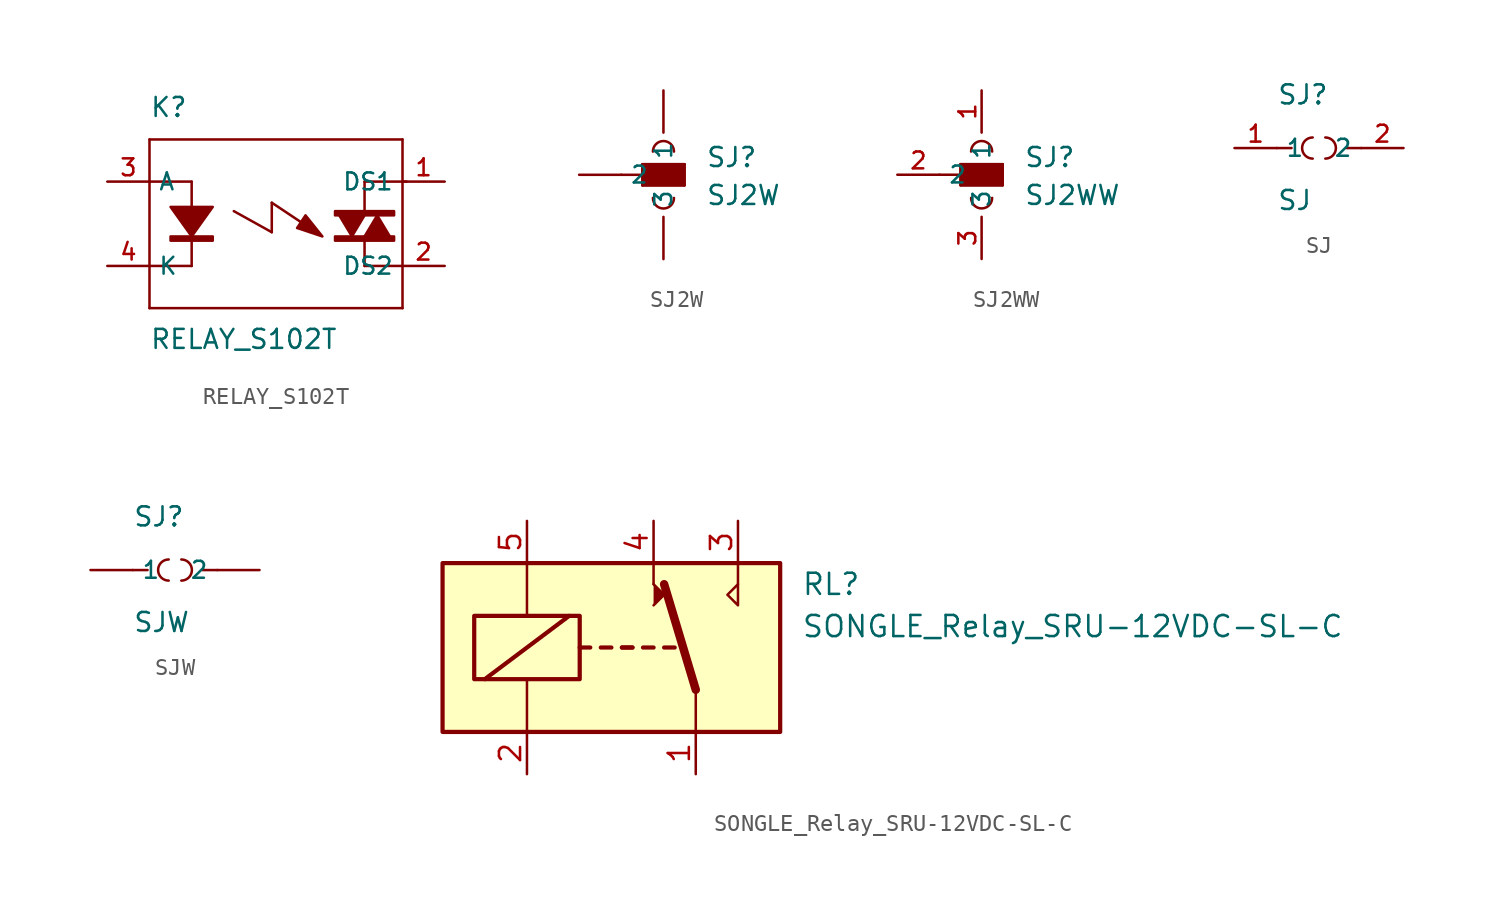
<source format=kicad_sym>
(kicad_symbol_lib
  (version 20201005)
  (generator kicad_symbol_editor)
  (symbol "Zimprich_neu:RELAY_S102T"
    (property "Reference" "K"
      (at -7.62 6.35 0)
      (effects (font (size 1.143 1.143)) (justify left bottom)))
    (property "Value" "RELAY_S102T"
      (at -7.62 -7.62 0)
      (effects (font (size 1.143 1.143)) (justify left bottom)))
    (symbol "RELAY_S102T_1_1"
      (rectangle (start -6.35 -1.016) (end -3.81 -0.762) (stroke (width 0)) (fill (type outline)))
      (rectangle (start 3.556 -1.016) (end 7.112 -0.762) (stroke (width 0)) (fill (type outline)))
      (rectangle (start 3.556 0.508) (end 7.112 0.762) (stroke (width 0)) (fill (type outline)))
      (polyline (pts (xy -6.35 1.016) (xy -3.81 1.016) (xy -3.81 1.016) (xy -5.08 -0.762) (xy -5.08 -0.762) (xy -6.35 1.016)) (stroke (width 0)) (fill (type outline)))
      (polyline (pts (xy 1.778 0.508) (xy 1.27 -0.254) (xy 1.27 -0.254) (xy 2.794 -0.762) (xy 2.794 -0.762) (xy 1.778 0.508)) (stroke (width 0)) (fill (type outline)))
      (polyline (pts (xy 4.572 -0.762) (xy 5.334 0.508) (xy 5.334 0.508) (xy 3.81 0.508) (xy 3.81 0.508) (xy 4.572 -0.762)) (stroke (width 0)) (fill (type outline)))
      (polyline (pts (xy 6.096 0.508) (xy 5.334 -0.762) (xy 5.334 -0.762) (xy 6.858 -0.762) (xy 6.858 -0.762) (xy 6.096 0.508)) (stroke (width 0)) (fill (type outline)))
      (pin passive line (at 10.16 2.54 180) (length 2.54) (name "DS1" (effects (font (size 1.016 1.016)))) (number "1" (effects (font (size 1.016 1.016)))))
      (pin passive line (at 10.16 -2.54 180) (length 2.54) (name "DS2" (effects (font (size 1.016 1.016)))) (number "2" (effects (font (size 1.016 1.016)))))
      (pin passive line (at -10.16 2.54 0) (length 2.54) (name "A" (effects (font (size 1.016 1.016)))) (number "3" (effects (font (size 1.016 1.016)))))
      (pin passive line (at -10.16 -2.54 0) (length 2.54) (name "K" (effects (font (size 1.016 1.016)))) (number "4" (effects (font (size 1.016 1.016))))))
    (symbol "RELAY_S102T_1_0"
      (polyline (pts (xy -7.62 -5.08) (xy 7.62 -5.08)) (stroke (width 0)) (fill (type none)))
      (polyline (pts (xy -7.62 -2.54) (xy -7.62 -5.08)) (stroke (width 0)) (fill (type none)))
      (polyline (pts (xy -7.62 2.54) (xy -7.62 -2.54)) (stroke (width 0)) (fill (type none)))
      (polyline (pts (xy -7.62 5.08) (xy -7.62 2.54)) (stroke (width 0)) (fill (type none)))
      (polyline (pts (xy -5.08 -2.54) (xy -7.62 -2.54)) (stroke (width 0)) (fill (type none)))
      (polyline (pts (xy -5.08 2.54) (xy -7.62 2.54)) (stroke (width 0)) (fill (type none)))
      (polyline (pts (xy -5.08 2.54) (xy -5.08 -2.54)) (stroke (width 0)) (fill (type none)))
      (polyline (pts (xy -2.54 0.762) (xy -0.254 -0.508)) (stroke (width 0)) (fill (type none)))
      (polyline (pts (xy -0.254 -0.508) (xy -0.254 1.27)) (stroke (width 0)) (fill (type none)))
      (polyline (pts (xy -0.254 1.27) (xy 1.651 0)) (stroke (width 0)) (fill (type none)))
      (polyline (pts (xy 5.334 -2.54) (xy 7.62 -2.54)) (stroke (width 0)) (fill (type none)))
      (polyline (pts (xy 5.334 -1.016) (xy 5.334 -2.54)) (stroke (width 0)) (fill (type none)))
      (polyline (pts (xy 5.334 2.54) (xy 5.334 0.762)) (stroke (width 0)) (fill (type none)))
      (polyline (pts (xy 5.334 2.54) (xy 7.874 2.54)) (stroke (width 0)) (fill (type none)))
      (polyline (pts (xy 7.62 -5.08) (xy 7.62 5.08)) (stroke (width 0)) (fill (type none)))
      (polyline (pts (xy 7.62 5.08) (xy -7.62 5.08)) (stroke (width 0)) (fill (type none)))))
  (symbol "Zimprich_neu:SJ2W"
    (pin_numbers hide)
    (property "Reference" "SJ"
      (at 2.54 0.381 0)
      (effects (font (size 1.143 1.143)) (justify left bottom)))
    (property "Value" "SJ2W"
      (at 2.54 -1.905 0)
      (effects (font (size 1.143 1.143)) (justify left bottom)))
    (property "ki_locked" ""
      (at 0 0 0)
      (effects (font (size 1.27 1.27))))
    (symbol "SJ2W_1_1"
      (arc (start -0.635 -1.397) (end 0.635 -1.397) (radius (at 0 -1.397) (length 0.635) (angles -179.9 -0.1)) (stroke (width 0)) (fill (type none)))
      (arc (start 0.635 1.397) (end -0.635 1.397) (radius (at 0 1.397) (length 0.635) (angles 0.1 179.9)) (stroke (width 0)) (fill (type none)))
      (rectangle (start -1.27 -0.635) (end 1.27 0.635) (stroke (width 0)) (fill (type outline)))
      (pin passive line (at 0 5.08 270) (length 2.54) (name "1" (effects (font (size 1.016 1.016)))) (number "1" (effects (font (size 1.016 1.016)))))
      (pin passive line (at -5.08 0 0) (length 2.54) (name "2" (effects (font (size 1.016 1.016)))) (number "2" (effects (font (size 1.016 1.016)))))
      (pin passive line (at 0 -5.08 90) (length 2.54) (name "3" (effects (font (size 1.016 1.016)))) (number "3" (effects (font (size 1.016 1.016))))))
    (symbol "SJ2W_1_0"
      (polyline (pts (xy -2.54 0) (xy -1.27 0)) (stroke (width 0)) (fill (type none)))
      (polyline (pts (xy -1.27 -0.635) (xy -1.27 0)) (stroke (width 0)) (fill (type none)))
      (polyline (pts (xy -1.27 0) (xy -1.27 0.635)) (stroke (width 0)) (fill (type none)))
      (polyline (pts (xy -1.27 0.635) (xy 1.27 0.635)) (stroke (width 0)) (fill (type none)))
      (polyline (pts (xy 1.27 -0.635) (xy -1.27 -0.635)) (stroke (width 0)) (fill (type none)))
      (polyline (pts (xy 1.27 0.635) (xy 1.27 -0.635)) (stroke (width 0)) (fill (type none)))))
  (symbol "Zimprich_neu:SJ2WW"
    (property "Reference" "SJ"
      (at 2.54 0.381 0)
      (effects (font (size 1.143 1.143)) (justify left bottom)))
    (property "Value" "SJ2WW"
      (at 2.54 -1.905 0)
      (effects (font (size 1.143 1.143)) (justify left bottom)))
    (symbol "SJ2WW_1_1"
      (arc (start -0.635 -1.397) (end 0.635 -1.397) (radius (at 0 -1.397) (length 0.635) (angles -179.9 -0.1)) (stroke (width 0)) (fill (type none)))
      (arc (start 0.635 1.397) (end -0.635 1.397) (radius (at 0 1.397) (length 0.635) (angles 0.1 179.9)) (stroke (width 0)) (fill (type none)))
      (rectangle (start -1.27 -0.635) (end 1.27 0.635) (stroke (width 0)) (fill (type outline)))
      (pin passive line (at 0 5.08 270) (length 2.54) (name "1" (effects (font (size 1.016 1.016)))) (number "1" (effects (font (size 1.016 1.016)))))
      (pin passive line (at -5.08 0 0) (length 2.54) (name "2" (effects (font (size 1.016 1.016)))) (number "2" (effects (font (size 1.016 1.016)))))
      (pin passive line (at 0 -5.08 90) (length 2.54) (name "3" (effects (font (size 1.016 1.016)))) (number "3" (effects (font (size 1.016 1.016))))))
    (symbol "SJ2WW_1_0"
      (polyline (pts (xy -2.54 0) (xy -1.27 0)) (stroke (width 0)) (fill (type none)))
      (polyline (pts (xy -1.27 -0.635) (xy -1.27 0)) (stroke (width 0)) (fill (type none)))
      (polyline (pts (xy -1.27 0) (xy -1.27 0.635)) (stroke (width 0)) (fill (type none)))
      (polyline (pts (xy -1.27 0.635) (xy 1.27 0.635)) (stroke (width 0)) (fill (type none)))
      (polyline (pts (xy 1.27 -0.635) (xy -1.27 -0.635)) (stroke (width 0)) (fill (type none)))
      (polyline (pts (xy 1.27 0.635) (xy 1.27 -0.635)) (stroke (width 0)) (fill (type none)))))
  (symbol "Zimprich_neu:SJ"
    (property "Reference" "SJ"
      (at -2.54 2.54 0)
      (effects (font (size 1.143 1.143)) (justify left bottom)))
    (property "Value" "SJ"
      (at -2.54 -3.81 0)
      (effects (font (size 1.143 1.143)) (justify left bottom)))
    (symbol "SJ_1_1"
      (arc (start -0.381 0.635) (end -0.381 -0.635) (radius (at -0.381 0) (length 0.635) (angles 90.1 -90.1)) (stroke (width 0)) (fill (type none)))
      (arc (start 0.381 -0.635) (end 0.381 0.635) (radius (at 0.381 0) (length 0.635) (angles -89.9 89.9)) (stroke (width 0)) (fill (type none)))
      (pin passive line (at -5.08 0 0) (length 2.54) (name "1" (effects (font (size 1.016 1.016)))) (number "1" (effects (font (size 1.016 1.016)))))
      (pin passive line (at 5.08 0 180) (length 2.54) (name "2" (effects (font (size 1.016 1.016)))) (number "2" (effects (font (size 1.016 1.016))))))
    (symbol "SJ_1_0"
      (polyline (pts (xy -2.54 0) (xy -1.651 0)) (stroke (width 0)) (fill (type none)))
      (polyline (pts (xy 2.54 0) (xy 1.651 0)) (stroke (width 0)) (fill (type none)))))
  (symbol "Zimprich_neu:SJW"
    (pin_numbers hide)
    (property "Reference" "SJ"
      (at -2.54 2.54 0)
      (effects (font (size 1.143 1.143)) (justify left bottom)))
    (property "Value" "SJW"
      (at -2.54 -3.81 0)
      (effects (font (size 1.143 1.143)) (justify left bottom)))
    (property "ki_locked" ""
      (at 0 0 0)
      (effects (font (size 1.27 1.27))))
    (symbol "SJW_1_1"
      (arc (start -0.381 0.635) (end -0.381 -0.635) (radius (at -0.381 0) (length 0.635) (angles 90.1 -90.1)) (stroke (width 0)) (fill (type none)))
      (arc (start 0.381 -0.635) (end 0.381 0.635) (radius (at 0.381 0) (length 0.635) (angles -89.9 89.9)) (stroke (width 0)) (fill (type none)))
      (pin passive line (at -5.08 0 0) (length 2.54) (name "1" (effects (font (size 1.016 1.016)))) (number "1" (effects (font (size 1.016 1.016)))))
      (pin passive line (at 5.08 0 180) (length 2.54) (name "2" (effects (font (size 1.016 1.016)))) (number "2" (effects (font (size 1.016 1.016))))))
    (symbol "SJW_1_0"
      (polyline (pts (xy -2.54 0) (xy -1.651 0)) (stroke (width 0)) (fill (type none)))
      (polyline (pts (xy 2.54 0) (xy 1.651 0)) (stroke (width 0)) (fill (type none)))))
  (symbol "Zimprich_neu:SONGLE_Relay_SRU-12VDC-SL-C"
    (property "Reference" "RL"
      (at 16.51 8.89 0)
      (effects (font (size 1.27 1.27)) (justify left)))
    (property "Value" "SONGLE_Relay_SRU-12VDC-SL-C"
      (at 16.51 6.35 0)
      (effects (font (size 1.27 1.27)) (justify left)))
    (symbol "SONGLE_Relay_SRU-12VDC-SL-C_0_1"
      (rectangle (start -5.08 10.16) (end 15.24 0) (stroke (width 0.254)) (fill (type background)))
      (rectangle (start -3.175 6.985) (end 3.175 3.175) (stroke (width 0.254)) (fill (type none)))
      (polyline (pts (xy -2.54 3.175) (xy 2.54 6.985)) (stroke (width 0.254)) (fill (type none)))
      (polyline (pts (xy 0 0) (xy 0 3.175)) (stroke (width 0)) (fill (type none)))
      (polyline (pts (xy 0 10.16) (xy 0 6.985)) (stroke (width 0)) (fill (type none)))
      (polyline (pts (xy 3.175 5.08) (xy 3.81 5.08)) (stroke (width 0.254)) (fill (type none)))
      (polyline (pts (xy 4.445 5.08) (xy 5.08 5.08)) (stroke (width 0.254)) (fill (type none)))
      (polyline (pts (xy 5.715 5.08) (xy 6.35 5.08)) (stroke (width 0.254)) (fill (type none)))
      (polyline (pts (xy 5.715 5.08) (xy 6.35 5.08)) (stroke (width 0.254)) (fill (type none)))
      (polyline (pts (xy 6.985 5.08) (xy 7.62 5.08)) (stroke (width 0.254)) (fill (type none)))
      (polyline (pts (xy 8.255 5.08) (xy 8.89 5.08)) (stroke (width 0.254)) (fill (type none)))
      (polyline (pts (xy 10.16 2.54) (xy 8.255 8.89)) (stroke (width 0.508)) (fill (type none)))
      (polyline (pts (xy 10.16 2.54) (xy 10.16 0)) (stroke (width 0)) (fill (type none)))
      (polyline (pts (xy 7.62 7.62) (xy 8.255 8.255) (xy 7.62 8.89)) (stroke (width 0)) (fill (type outline))))
    (symbol "SONGLE_Relay_SRU-12VDC-SL-C_0_0"
      (polyline (pts (xy 7.62 8.89) (xy 7.62 10.16)) (stroke (width 0)) (fill (type none)))
      (polyline (pts (xy 12.7 8.89) (xy 12.7 10.16)) (stroke (width 0)) (fill (type none)))
      (polyline (pts (xy 12.7 8.89) (xy 12.7 7.62) (xy 12.065 8.255) (xy 12.7 8.89)) (stroke (width 0)) (fill (type none))))
    (symbol "SONGLE_Relay_SRU-12VDC-SL-C_1_1"
      (pin passive line (at 10.16 -2.54 90) (length 2.54) (name "~" (effects (font (size 1.27 1.27)))) (number "1" (effects (font (size 1.27 1.27)))))
      (pin passive line (at 0 -2.54 90) (length 2.54) (name "~" (effects (font (size 1.27 1.27)))) (number "2" (effects (font (size 1.27 1.27)))))
      (pin passive line (at 12.7 12.7 270) (length 2.54) (name "~" (effects (font (size 1.27 1.27)))) (number "3" (effects (font (size 1.27 1.27)))))
      (pin passive line (at 7.62 12.7 270) (length 2.54) (name "~" (effects (font (size 1.27 1.27)))) (number "4" (effects (font (size 1.27 1.27)))))
      (pin passive line (at 0 12.7 270) (length 2.54) (name "~" (effects (font (size 1.27 1.27)))) (number "5" (effects (font (size 1.27 1.27))))))))
</source>
